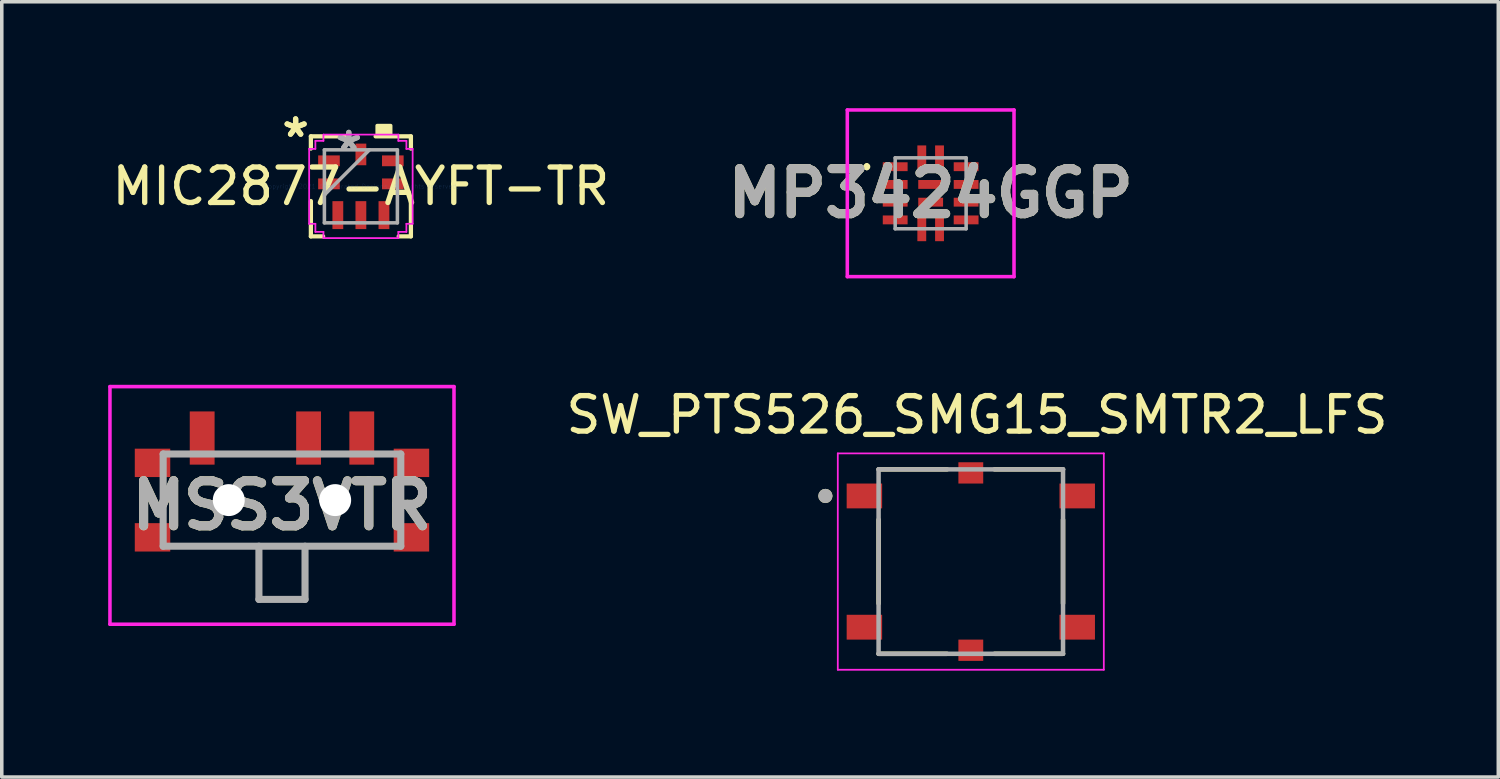
<source format=kicad_pcb>
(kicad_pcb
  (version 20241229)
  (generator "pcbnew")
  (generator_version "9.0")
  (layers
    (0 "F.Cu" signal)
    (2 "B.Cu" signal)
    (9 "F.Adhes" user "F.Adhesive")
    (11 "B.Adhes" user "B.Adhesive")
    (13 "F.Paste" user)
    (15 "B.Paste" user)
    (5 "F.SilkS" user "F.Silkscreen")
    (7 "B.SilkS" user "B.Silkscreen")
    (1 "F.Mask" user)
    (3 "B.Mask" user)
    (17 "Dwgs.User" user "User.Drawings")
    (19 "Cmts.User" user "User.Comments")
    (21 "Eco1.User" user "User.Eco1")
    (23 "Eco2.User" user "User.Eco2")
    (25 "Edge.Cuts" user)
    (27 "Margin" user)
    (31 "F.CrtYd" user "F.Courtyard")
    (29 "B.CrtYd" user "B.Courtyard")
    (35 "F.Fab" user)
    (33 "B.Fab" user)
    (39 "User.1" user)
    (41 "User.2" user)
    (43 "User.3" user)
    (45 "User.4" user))
  (footprint "MP3424GGP"
    (layer "F.Cu")
    (at 23.189 2.4)
    (property "Reference" "MP3424GGP" (at 0 0 0) (layer "F.SilkS") (effects (font (size 1.27 1.27) (thickness 0.254))))
    (attr smd)
    (fp_line (start -1.8 -0.8) (end -1.8 -0.8) (stroke (width 0.1) (type solid)) (layer "F.SilkS"))
    (fp_line (start -1.8 -0.7) (end -1.8 -0.7) (stroke (width 0.1) (type solid)) (layer "F.SilkS"))
    (fp_arc (start -1.8 -0.8) (mid -1.75 -0.75) (end -1.8 -0.7) (stroke (width 0.1) (type solid)) (layer "F.SilkS"))
    (fp_arc (start -1.8 -0.7) (mid -1.85 -0.75) (end -1.8 -0.8) (stroke (width 0.1) (type solid)) (layer "F.SilkS"))
    (fp_line (start -2.35 -2.35) (end 2.35 -2.35) (stroke (width 0.1) (type solid)) (layer "F.CrtYd"))
    (fp_line (start -2.35 2.35) (end -2.35 -2.35) (stroke (width 0.1) (type solid)) (layer "F.CrtYd"))
    (fp_line (start 2.35 -2.35) (end 2.35 2.35) (stroke (width 0.1) (type solid)) (layer "F.CrtYd"))
    (fp_line (start 2.35 2.35) (end -2.35 2.35) (stroke (width 0.1) (type solid)) (layer "F.CrtYd"))
    (fp_line (start -1 -1) (end 1 -1) (stroke (width 0.1) (type solid)) (layer "F.Fab"))
    (fp_line (start -1 1) (end -1 -1) (stroke (width 0.1) (type solid)) (layer "F.Fab"))
    (fp_line (start 1 -1) (end 1 1) (stroke (width 0.1) (type solid)) (layer "F.Fab"))
    (fp_line (start 1 1) (end -1 1) (stroke (width 0.1) (type solid)) (layer "F.Fab"))
    (fp_text user "${REFERENCE}" (at 0 0 0) (layer "F.Fab") (effects (font (size 1.27 1.27) (thickness 0.254))))
    (pad "1" smd rect (at -1 -0.75 90) (size 0.25 0.7) (layers "F.Cu" "F.Mask" "F.Paste"))
    (pad "2" smd rect (at -1 -0.25 90) (size 0.25 0.7) (layers "F.Cu" "F.Mask" "F.Paste"))
    (pad "3" smd rect (at -1 0.25 90) (size 0.25 0.7) (layers "F.Cu" "F.Mask" "F.Paste"))
    (pad "4" smd rect (at -1 0.75 90) (size 0.25 0.7) (layers "F.Cu" "F.Mask" "F.Paste"))
    (pad "5" smd rect (at -0.25 1) (size 0.25 0.7) (layers "F.Cu" "F.Mask" "F.Paste"))
    (pad "6" smd rect (at 0.25 1) (size 0.25 0.7) (layers "F.Cu" "F.Mask" "F.Paste"))
    (pad "7" smd rect (at 1 0.75 90) (size 0.25 0.7) (layers "F.Cu" "F.Mask" "F.Paste"))
    (pad "8" smd rect (at 1 0.25 90) (size 0.25 0.7) (layers "F.Cu" "F.Mask" "F.Paste"))
    (pad "9" smd rect (at 1 -0.25 90) (size 0.25 0.7) (layers "F.Cu" "F.Mask" "F.Paste"))
    (pad "10" smd rect (at 1 -0.75 90) (size 0.25 0.7) (layers "F.Cu" "F.Mask" "F.Paste"))
    (pad "11" smd rect (at 0.25 -1) (size 0.25 0.7) (layers "F.Cu" "F.Mask" "F.Paste"))
    (pad "12" smd rect (at -0.25 -1) (size 0.25 0.7) (layers "F.Cu" "F.Mask" "F.Paste"))
    (pad "13" smd rect (at 0 -0.25 90) (size 0.25 0.7) (layers "F.Cu" "F.Mask" "F.Paste"))
    (pad "14" smd rect (at 0 0.25 90) (size 0.25 0.7) (layers "F.Cu" "F.Mask" "F.Paste")))
  (footprint "MIC2877-AYFT-TR"
    (layer "F.Cu")
    (at 7.125 2.204)
    (property "Reference" "MIC2877-AYFT-TR" (at 0 0 0) (layer "F.SilkS") (effects (font (size 1 1) (thickness 0.15))))
    (attr through_hole)
    (fp_line (start -1.41 -1.41) (end -1.41 -1.065) (stroke (width 0.12) (type solid)) (layer "F.SilkS"))
    (fp_line (start -1.41 0.415) (end -1.41 1.41) (stroke (width 0.12) (type solid)) (layer "F.SilkS"))
    (fp_line (start -1.41 1.41) (end -1.065 1.41) (stroke (width 0.12) (type solid)) (layer "F.SilkS"))
    (fp_line (start -0.415 -1.41) (end -1.41 -1.41) (stroke (width 0.12) (type solid)) (layer "F.SilkS"))
    (fp_line (start 1.065 1.41) (end 1.41 1.41) (stroke (width 0.12) (type solid)) (layer "F.SilkS"))
    (fp_line (start 1.41 -1.41) (end 0.415 -1.41) (stroke (width 0.12) (type solid)) (layer "F.SilkS"))
    (fp_line (start 1.41 -1.065) (end 1.41 -1.41) (stroke (width 0.12) (type solid)) (layer "F.SilkS"))
    (fp_line (start 1.41 1.41) (end 1.41 0.415) (stroke (width 0.12) (type solid)) (layer "F.SilkS"))
    (fp_poly (pts (xy 0.459 -1.459) (xy 0.459 -1.713) (xy 0.84 -1.713) (xy 0.84 -1.459)) (stroke (width 0.1) (type solid)) (fill yes) (layer "F.SilkS"))
    (fp_line (start -1.459 -1.056) (end -1.283 -1.056) (stroke (width 0.05) (type solid)) (layer "F.CrtYd"))
    (fp_line (start -1.459 1.056) (end -1.459 -1.056) (stroke (width 0.05) (type solid)) (layer "F.CrtYd"))
    (fp_line (start -1.283 -1.283) (end -1.056 -1.283) (stroke (width 0.05) (type solid)) (layer "F.CrtYd"))
    (fp_line (start -1.283 -1.056) (end -1.283 -1.283) (stroke (width 0.05) (type solid)) (layer "F.CrtYd"))
    (fp_line (start -1.283 1.056) (end -1.459 1.056) (stroke (width 0.05) (type solid)) (layer "F.CrtYd"))
    (fp_line (start -1.283 1.283) (end -1.283 1.056) (stroke (width 0.05) (type solid)) (layer "F.CrtYd"))
    (fp_line (start -1.056 -1.459) (end 1.056 -1.459) (stroke (width 0.05) (type solid)) (layer "F.CrtYd"))
    (fp_line (start -1.056 -1.283) (end -1.056 -1.459) (stroke (width 0.05) (type solid)) (layer "F.CrtYd"))
    (fp_line (start -1.056 1.283) (end -1.283 1.283) (stroke (width 0.05) (type solid)) (layer "F.CrtYd"))
    (fp_line (start -1.056 1.459) (end -1.056 1.283) (stroke (width 0.05) (type solid)) (layer "F.CrtYd"))
    (fp_line (start 1.056 -1.459) (end 1.056 -1.283) (stroke (width 0.05) (type solid)) (layer "F.CrtYd"))
    (fp_line (start 1.056 -1.283) (end 1.283 -1.283) (stroke (width 0.05) (type solid)) (layer "F.CrtYd"))
    (fp_line (start 1.056 1.283) (end 1.056 1.459) (stroke (width 0.05) (type solid)) (layer "F.CrtYd"))
    (fp_line (start 1.056 1.459) (end -1.056 1.459) (stroke (width 0.05) (type solid)) (layer "F.CrtYd"))
    (fp_line (start 1.283 -1.283) (end 1.283 -1.056) (stroke (width 0.05) (type solid)) (layer "F.CrtYd"))
    (fp_line (start 1.283 -1.056) (end 1.459 -1.056) (stroke (width 0.05) (type solid)) (layer "F.CrtYd"))
    (fp_line (start 1.283 1.056) (end 1.283 1.283) (stroke (width 0.05) (type solid)) (layer "F.CrtYd"))
    (fp_line (start 1.283 1.283) (end 1.056 1.283) (stroke (width 0.05) (type solid)) (layer "F.CrtYd"))
    (fp_line (start 1.459 -1.056) (end 1.459 1.056) (stroke (width 0.05) (type solid)) (layer "F.CrtYd"))
    (fp_line (start 1.459 1.056) (end 1.283 1.056) (stroke (width 0.05) (type solid)) (layer "F.CrtYd"))
    (fp_line (start -1.029 -1.029) (end -1.029 1.029) (stroke (width 0.1) (type solid)) (layer "F.Fab"))
    (fp_line (start -1.029 0.241) (end 0.241 -1.029) (stroke (width 0.1) (type solid)) (layer "F.Fab"))
    (fp_line (start -1.029 1.029) (end 1.029 1.029) (stroke (width 0.1) (type solid)) (layer "F.Fab"))
    (fp_line (start 1.029 -1.029) (end -1.029 -1.029) (stroke (width 0.1) (type solid)) (layer "F.Fab"))
    (fp_line (start 1.029 1.029) (end 1.029 -1.029) (stroke (width 0.1) (type solid)) (layer "F.Fab"))
    (fp_text user "*" (at -1.84 -1.356 0) (layer "F.SilkS") (effects (font (size 1 1) (thickness 0.15))))
    (fp_text user "*" (at -1.84 -1.356 0) (layer "F.SilkS") (effects (font (size 1 1) (thickness 0.15))))
    (fp_text user "Copyright 2021 Accelerated Designs. All rights reserved." (at 0 0 0) (layer "Cmts.User") (effects (font (size 0.127 0.127) (thickness 0.002))))
    (fp_text user "*" (at -0.341 -0.975 0) (layer "F.Fab") (effects (font (size 1 1) (thickness 0.15))))
    (fp_text user "*" (at -0.341 -0.975 0) (layer "F.Fab") (effects (font (size 1 1) (thickness 0.15))))
    (pad "1" smd rect (at -0.9 -0.72 90) (size 0.305 0.61) (layers "F.Cu" "F.Mask" "F.Paste"))
    (pad "2" smd rect (at -0.9 -0.07 90) (size 0.305 0.61) (layers "F.Cu" "F.Mask" "F.Paste"))
    (pad "3" smd rect (at -0.65 0.811) (size 0.305 0.787) (layers "F.Cu" "F.Mask" "F.Paste"))
    (pad "4" smd rect (at 0 0.811) (size 0.305 0.787) (layers "F.Cu" "F.Mask" "F.Paste"))
    (pad "5" smd rect (at 0.65 0.811) (size 0.305 0.787) (layers "F.Cu" "F.Mask" "F.Paste"))
    (pad "6" smd rect (at 0.9 -0.07 90) (size 0.305 0.61) (layers "F.Cu" "F.Mask" "F.Paste"))
    (pad "7" smd rect (at 0.9 -0.72 90) (size 0.305 0.61) (layers "F.Cu" "F.Mask" "F.Paste"))
    (pad "8" smd rect (at 0 -0.9) (size 0.305 0.61) (layers "F.Cu" "F.Mask" "F.Paste")))
  (footprint "MSS3VTR"
    (layer "F.Cu")
    (at 4.9 12.35)
    (property "Reference" "MSS3VTR" (at 0 -1.15 0) (layer "F.SilkS") (effects (font (size 1.27 1.27) (thickness 0.254))))
    (attr through_hole)
    (fp_line (start -3.35 -1.05) (end -3.35 -1.55) (stroke (width 0.1) (type solid)) (layer "F.SilkS"))
    (fp_line (start -2.5 0) (end 2.5 0) (stroke (width 0.1) (type solid)) (layer "F.SilkS"))
    (fp_line (start -1.5 -2.6) (end 0 -2.6) (stroke (width 0.1) (type solid)) (layer "F.SilkS"))
    (fp_line (start 3.35 -1.05) (end 3.35 -1.55) (stroke (width 0.1) (type solid)) (layer "F.SilkS"))
    (fp_line (start -4.85 -4.5) (end 4.85 -4.5) (stroke (width 0.1) (type solid)) (layer "F.CrtYd"))
    (fp_line (start -4.85 2.2) (end -4.85 -4.5) (stroke (width 0.1) (type solid)) (layer "F.CrtYd"))
    (fp_line (start 4.85 -4.5) (end 4.85 2.2) (stroke (width 0.1) (type solid)) (layer "F.CrtYd"))
    (fp_line (start 4.85 2.2) (end -4.85 2.2) (stroke (width 0.1) (type solid)) (layer "F.CrtYd"))
    (fp_line (start -3.35 -2.6) (end 3.35 -2.6) (stroke (width 0.2) (type solid)) (layer "F.Fab"))
    (fp_line (start -3.35 0) (end -3.35 -2.6) (stroke (width 0.2) (type solid)) (layer "F.Fab"))
    (fp_line (start -0.65 0) (end -0.65 1.5) (stroke (width 0.2) (type solid)) (layer "F.Fab"))
    (fp_line (start -0.65 1.5) (end 0.65 1.5) (stroke (width 0.2) (type solid)) (layer "F.Fab"))
    (fp_line (start 0.65 1.5) (end 0.65 0) (stroke (width 0.2) (type solid)) (layer "F.Fab"))
    (fp_line (start 3.35 -2.6) (end 3.35 0) (stroke (width 0.2) (type solid)) (layer "F.Fab"))
    (fp_line (start 3.35 0) (end -3.35 0) (stroke (width 0.2) (type solid)) (layer "F.Fab"))
    (fp_text user "${REFERENCE}" (at 0 -1.15 0) (layer "F.Fab") (effects (font (size 1.27 1.27) (thickness 0.254))))
    (pad "" np_thru_hole circle (at -1.5 -1.3) (size 0.9 0.9) (drill 0.9) (layers "*.Cu" "*.Mask"))
    (pad "" np_thru_hole circle (at 1.5 -1.3) (size 0.9 0.9) (drill 0.9) (layers "*.Cu" "*.Mask"))
    (pad "A1" smd rect (at -2.25 -3.05) (size 0.7 1.5) (layers "F.Cu" "F.Mask" "F.Paste"))
    (pad "B1" smd rect (at 0.75 -3.05) (size 0.7 1.5) (layers "F.Cu" "F.Mask" "F.Paste"))
    (pad "C1" smd rect (at 2.25 -3.05) (size 0.7 1.5) (layers "F.Cu" "F.Mask" "F.Paste"))
    (pad "MP1" smd rect (at -3.65 -2.35 90) (size 0.8 1) (layers "F.Cu" "F.Mask" "F.Paste"))
    (pad "MP2" smd rect (at -3.65 -0.25 90) (size 0.8 1) (layers "F.Cu" "F.Mask" "F.Paste"))
    (pad "MP3" smd rect (at 3.65 -0.25 90) (size 0.8 1) (layers "F.Cu" "F.Mask" "F.Paste"))
    (pad "MP4" smd rect (at 3.65 -2.35 90) (size 0.8 1) (layers "F.Cu" "F.Mask" "F.Paste")))
  (footprint "SW_PTS526_SMG15_SMTR2_LFS"
    (layer "F.Cu")
    (at 24.321 12.783)
    (property "Reference" "SW_PTS526_SMG15_SMTR2_LFS" (at 0.175 -4.135 0) (layer "F.SilkS") (effects (font (size 1 1) (thickness 0.15))))
    (attr through_hole)
    (fp_line (start -2.6 -2.6) (end -0.67 -2.6) (stroke (width 0.127) (type solid)) (layer "F.SilkS"))
    (fp_line (start -2.6 -1.18) (end -2.6 1.18) (stroke (width 0.127) (type solid)) (layer "F.SilkS"))
    (fp_line (start -2.6 2.6) (end -0.67 2.6) (stroke (width 0.127) (type solid)) (layer "F.SilkS"))
    (fp_line (start 0.67 -2.6) (end 2.6 -2.6) (stroke (width 0.127) (type solid)) (layer "F.SilkS"))
    (fp_line (start 0.67 2.6) (end 2.6 2.6) (stroke (width 0.127) (type solid)) (layer "F.SilkS"))
    (fp_line (start 2.6 -1.18) (end 2.6 1.18) (stroke (width 0.127) (type solid)) (layer "F.SilkS"))
    (fp_circle (center -4.1 -1.85) (end -4 -1.85) (stroke (width 0.2) (type solid)) (fill no) (layer "F.SilkS"))
    (fp_line (start -3.75 -3.05) (end 3.75 -3.05) (stroke (width 0.05) (type solid)) (layer "F.CrtYd"))
    (fp_line (start -3.75 3.05) (end -3.75 -3.05) (stroke (width 0.05) (type solid)) (layer "F.CrtYd"))
    (fp_line (start 3.75 -3.05) (end 3.75 3.05) (stroke (width 0.05) (type solid)) (layer "F.CrtYd"))
    (fp_line (start 3.75 3.05) (end -3.75 3.05) (stroke (width 0.05) (type solid)) (layer "F.CrtYd"))
    (fp_line (start -2.6 -2.6) (end 2.6 -2.6) (stroke (width 0.127) (type solid)) (layer "F.Fab"))
    (fp_line (start -2.6 2.6) (end -2.6 -2.6) (stroke (width 0.127) (type solid)) (layer "F.Fab"))
    (fp_line (start 2.6 -2.6) (end 2.6 2.6) (stroke (width 0.127) (type solid)) (layer "F.Fab"))
    (fp_line (start 2.6 2.6) (end -2.6 2.6) (stroke (width 0.127) (type solid)) (layer "F.Fab"))
    (fp_circle (center -4.1 -1.85) (end -4 -1.85) (stroke (width 0.2) (type solid)) (fill no) (layer "F.Fab"))
    (pad "1" smd rect (at -3 -1.85) (size 1 0.7) (layers "F.Cu" "F.Mask" "F.Paste"))
    (pad "2" smd rect (at 3 -1.85) (size 1 0.7) (layers "F.Cu" "F.Mask" "F.Paste"))
    (pad "3" smd rect (at -3 1.85) (size 1 0.7) (layers "F.Cu" "F.Mask" "F.Paste"))
    (pad "4" smd rect (at 3 1.85) (size 1 0.7) (layers "F.Cu" "F.Mask" "F.Paste"))
    (pad "G1" smd rect (at 0 -2.5) (size 0.7 0.6) (layers "F.Cu" "F.Mask" "F.Paste"))
    (pad "G2" smd rect (at 0 2.5) (size 0.7 0.6) (layers "F.Cu" "F.Mask" "F.Paste")))
  (gr_rect
    (start -3 -3)
    (end 39.193 18.858)
    (stroke (width 0.1) (type default))
    (fill no)
    (layer "Edge.Cuts")))
</source>
